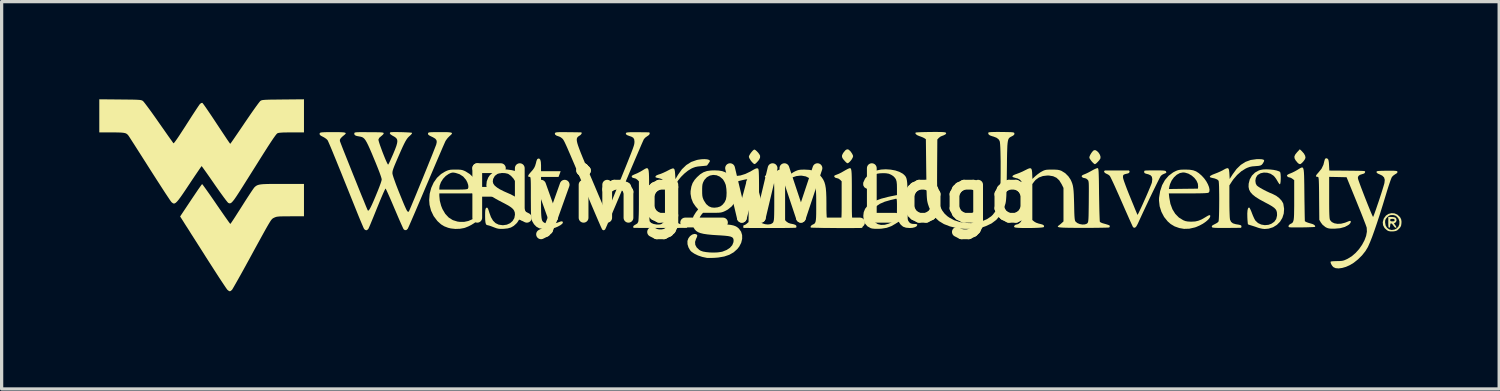
<source format=kicad_pcb>
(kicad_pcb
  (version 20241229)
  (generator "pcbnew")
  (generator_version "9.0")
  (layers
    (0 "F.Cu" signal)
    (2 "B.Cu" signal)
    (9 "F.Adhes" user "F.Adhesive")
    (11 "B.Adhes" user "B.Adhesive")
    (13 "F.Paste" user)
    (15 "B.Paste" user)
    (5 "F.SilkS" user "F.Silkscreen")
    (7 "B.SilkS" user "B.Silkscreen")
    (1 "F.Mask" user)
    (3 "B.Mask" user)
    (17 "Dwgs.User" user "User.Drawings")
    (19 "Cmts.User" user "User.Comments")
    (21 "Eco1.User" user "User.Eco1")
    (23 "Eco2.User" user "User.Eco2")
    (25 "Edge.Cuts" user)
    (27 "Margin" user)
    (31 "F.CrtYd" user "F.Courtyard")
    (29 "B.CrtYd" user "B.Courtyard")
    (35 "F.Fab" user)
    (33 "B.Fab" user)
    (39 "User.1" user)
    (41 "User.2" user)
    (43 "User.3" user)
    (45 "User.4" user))
  (footprint "Flying_WV_Logo"
    (layer "F.Cu")
    (at 19.992 2.95)
    (property "Reference" "Flying_WV_Logo" (at 0 0 0) (layer "F.SilkS") (effects (font (size 1.524 1.524) (thickness 0.3))))
    (attr board_only exclude_from_pos_files exclude_from_bom)
    (fp_poly (pts (xy 16.946 -1.357) (xy 17.011 -1.284) (xy 17.049 -1.213) (xy 17.058 -1.153) (xy 17.056 -1.145) (xy 17.035 -1.098) (xy 16.997 -1.046) (xy 16.953 -0.998) (xy 16.912 -0.965) (xy 16.89 -0.957) (xy 16.853 -0.97) (xy 16.816 -1.001) (xy 16.753 -1.078) (xy 16.721 -1.142) (xy 16.719 -1.199) (xy 16.747 -1.258) (xy 16.798 -1.321) (xy 16.884 -1.415)) (stroke (width 0) (type solid)) (fill yes) (layer "F.SilkS"))
    (fp_poly (pts (xy 3.024 -1.405) (xy 3.076 -1.359) (xy 3.098 -1.331) (xy 3.135 -1.275) (xy 3.158 -1.225) (xy 3.163 -1.203) (xy 3.149 -1.155) (xy 3.114 -1.095) (xy 3.067 -1.038) (xy 3.026 -1.001) (xy 3.001 -0.987) (xy 2.978 -0.989) (xy 2.947 -1.013) (xy 2.908 -1.053) (xy 2.85 -1.121) (xy 2.822 -1.177) (xy 2.823 -1.231) (xy 2.853 -1.292) (xy 2.874 -1.322) (xy 2.929 -1.387) (xy 2.977 -1.414)) (stroke (width 0) (type solid)) (fill yes) (layer "F.SilkS"))
    (fp_poly (pts (xy 0.163 -1.391) (xy 0.207 -1.353) (xy 0.252 -1.304) (xy 0.288 -1.252) (xy 0.306 -1.214) (xy 0.304 -1.153) (xy 0.267 -1.083) (xy 0.21 -1.016) (xy 0.168 -0.976) (xy 0.141 -0.96) (xy 0.117 -0.967) (xy 0.097 -0.982) (xy 0.054 -1.024) (xy 0.011 -1.08) (xy -0.022 -1.136) (xy -0.039 -1.18) (xy -0.039 -1.185) (xy -0.027 -1.224) (xy 0.003 -1.276) (xy 0.043 -1.33) (xy 0.084 -1.376) (xy 0.119 -1.403) (xy 0.13 -1.406)) (stroke (width 0) (type solid)) (fill yes) (layer "F.SilkS"))
    (fp_poly (pts (xy 10.651 -1.363) (xy 10.698 -1.318) (xy 10.736 -1.261) (xy 10.76 -1.2) (xy 10.762 -1.146) (xy 10.756 -1.128) (xy 10.726 -1.081) (xy 10.683 -1.032) (xy 10.639 -0.988) (xy 10.602 -0.961) (xy 10.589 -0.957) (xy 10.564 -0.97) (xy 10.525 -1.006) (xy 10.497 -1.036) (xy 10.457 -1.088) (xy 10.428 -1.134) (xy 10.42 -1.152) (xy 10.425 -1.192) (xy 10.449 -1.247) (xy 10.485 -1.306) (xy 10.526 -1.357) (xy 10.559 -1.385) (xy 10.603 -1.388)) (stroke (width 0) (type solid)) (fill yes) (layer "F.SilkS"))
    (fp_poly (pts (xy 19.754 0.668) (xy 19.806 0.679) (xy 19.818 0.684) (xy 19.848 0.719) (xy 19.856 0.769) (xy 19.84 0.817) (xy 19.816 0.84) (xy 19.776 0.861) (xy 19.816 0.917) (xy 19.846 0.964) (xy 19.853 0.987) (xy 19.836 0.995) (xy 19.828 0.996) (xy 19.801 0.98) (xy 19.768 0.942) (xy 19.758 0.927) (xy 19.725 0.884) (xy 19.695 0.861) (xy 19.688 0.859) (xy 19.667 0.876) (xy 19.66 0.927) (xy 19.654 0.978) (xy 19.633 0.996) (xy 19.631 0.996) (xy 19.616 0.989) (xy 19.607 0.963) (xy 19.603 0.912) (xy 19.602 0.83) (xy 19.602 0.761) (xy 19.66 0.761) (xy 19.668 0.788) (xy 19.698 0.799) (xy 19.728 0.8) (xy 19.776 0.796) (xy 19.795 0.779) (xy 19.797 0.761) (xy 19.789 0.735) (xy 19.759 0.724) (xy 19.728 0.722) (xy 19.681 0.727) (xy 19.662 0.744) (xy 19.66 0.761) (xy 19.602 0.761) (xy 19.602 0.664) (xy 19.691 0.664)) (stroke (width 0) (type solid)) (fill yes) (layer "F.SilkS"))
    (fp_poly (pts (xy 19.794 0.555) (xy 19.881 0.593) (xy 19.955 0.662) (xy 19.974 0.688) (xy 19.999 0.743) (xy 20.008 0.806) (xy 20.006 0.856) (xy 19.997 0.925) (xy 19.975 0.975) (xy 19.933 1.025) (xy 19.928 1.03) (xy 19.881 1.072) (xy 19.837 1.094) (xy 19.779 1.105) (xy 19.744 1.108) (xy 19.666 1.108) (xy 19.61 1.097) (xy 19.568 1.076) (xy 19.488 1.005) (xy 19.442 0.919) (xy 19.433 0.83) (xy 19.504 0.83) (xy 19.52 0.925) (xy 19.563 0.998) (xy 19.628 1.046) (xy 19.707 1.065) (xy 19.793 1.052) (xy 19.851 1.023) (xy 19.911 0.963) (xy 19.942 0.886) (xy 19.944 0.802) (xy 19.917 0.72) (xy 19.871 0.66) (xy 19.819 0.622) (xy 19.761 0.607) (xy 19.724 0.605) (xy 19.662 0.61) (xy 19.616 0.632) (xy 19.57 0.672) (xy 19.528 0.721) (xy 19.508 0.767) (xy 19.504 0.83) (xy 19.433 0.83) (xy 19.433 0.823) (xy 19.46 0.722) (xy 19.469 0.704) (xy 19.531 0.622) (xy 19.611 0.57) (xy 19.701 0.548)) (stroke (width 0) (type solid)) (fill yes) (layer "F.SilkS"))
    (fp_poly (pts (xy 16.978 -0.846) (xy 16.993 -0.819) (xy 17.004 -0.771) (xy 17.011 -0.7) (xy 17.016 -0.603) (xy 17.019 -0.477) (xy 17.022 -0.32) (xy 17.024 -0.127) (xy 17.025 -0.029) (xy 17.027 0.146) (xy 17.03 0.308) (xy 17.032 0.454) (xy 17.034 0.579) (xy 17.036 0.679) (xy 17.038 0.751) (xy 17.039 0.789) (xy 17.04 0.795) (xy 17.077 0.818) (xy 17.14 0.842) (xy 17.213 0.864) (xy 17.227 0.867) (xy 17.292 0.888) (xy 17.337 0.917) (xy 17.358 0.947) (xy 17.351 0.969) (xy 17.329 0.972) (xy 17.275 0.976) (xy 17.196 0.979) (xy 17.1 0.982) (xy 16.994 0.984) (xy 16.886 0.985) (xy 16.782 0.985) (xy 16.689 0.985) (xy 16.616 0.984) (xy 16.569 0.981) (xy 16.556 0.979) (xy 16.535 0.958) (xy 16.543 0.926) (xy 16.573 0.893) (xy 16.6 0.877) (xy 16.629 0.863) (xy 16.653 0.846) (xy 16.672 0.823) (xy 16.686 0.789) (xy 16.697 0.741) (xy 16.704 0.674) (xy 16.708 0.584) (xy 16.71 0.468) (xy 16.712 0.32) (xy 16.712 0.143) (xy 16.712 -0.466) (xy 16.661 -0.506) (xy 16.617 -0.534) (xy 16.582 -0.547) (xy 16.581 -0.547) (xy 16.535 -0.557) (xy 16.5 -0.581) (xy 16.489 -0.61) (xy 16.49 -0.614) (xy 16.513 -0.636) (xy 16.561 -0.661) (xy 16.591 -0.672) (xy 16.653 -0.698) (xy 16.732 -0.737) (xy 16.81 -0.781) (xy 16.813 -0.783) (xy 16.861 -0.813) (xy 16.901 -0.837) (xy 16.933 -0.852) (xy 16.959 -0.857)) (stroke (width 0) (type solid)) (fill yes) (layer "F.SilkS"))
    (fp_poly (pts (xy -6.472 -1.125) (xy -6.445 -1.091) (xy -6.429 -1.025) (xy -6.423 -0.925) (xy -6.423 -0.904) (xy -6.423 -0.742) (xy -5.82 -0.742) (xy -5.852 -0.654) (xy -5.885 -0.566) (xy -6.423 -0.566) (xy -6.423 0.069) (xy -6.423 0.256) (xy -6.422 0.408) (xy -6.42 0.529) (xy -6.415 0.623) (xy -6.408 0.693) (xy -6.398 0.746) (xy -6.384 0.783) (xy -6.365 0.809) (xy -6.342 0.829) (xy -6.313 0.846) (xy -6.307 0.849) (xy -6.23 0.872) (xy -6.131 0.878) (xy -6.024 0.867) (xy -5.922 0.841) (xy -5.896 0.831) (xy -5.824 0.804) (xy -5.78 0.798) (xy -5.765 0.804) (xy -5.75 0.836) (xy -5.772 0.874) (xy -5.829 0.918) (xy -5.91 0.962) (xy -5.979 0.991) (xy -6.041 1.01) (xy -6.11 1.021) (xy -6.199 1.026) (xy -6.226 1.027) (xy -6.321 1.028) (xy -6.405 1.023) (xy -6.467 1.014) (xy -6.48 1.011) (xy -6.565 0.964) (xy -6.639 0.888) (xy -6.694 0.795) (xy -6.704 0.769) (xy -6.713 0.737) (xy -6.72 0.697) (xy -6.726 0.645) (xy -6.73 0.576) (xy -6.733 0.485) (xy -6.734 0.369) (xy -6.735 0.222) (xy -6.736 0.055) (xy -6.736 -0.117) (xy -6.736 -0.254) (xy -6.737 -0.36) (xy -6.739 -0.439) (xy -6.742 -0.494) (xy -6.746 -0.531) (xy -6.751 -0.552) (xy -6.759 -0.563) (xy -6.768 -0.566) (xy -6.773 -0.566) (xy -6.811 -0.573) (xy -6.82 -0.596) (xy -6.799 -0.638) (xy -6.749 -0.7) (xy -6.728 -0.723) (xy -6.673 -0.787) (xy -6.634 -0.843) (xy -6.605 -0.904) (xy -6.581 -0.983) (xy -6.564 -1.054) (xy -6.541 -1.109) (xy -6.511 -1.13)) (stroke (width 0) (type solid)) (fill yes) (layer "F.SilkS"))
    (fp_poly (pts (xy 13.505 -0.786) (xy 13.608 -0.769) (xy 13.697 -0.736) (xy 13.781 -0.682) (xy 13.871 -0.604) (xy 13.872 -0.603) (xy 13.946 -0.522) (xy 14.01 -0.433) (xy 14.06 -0.342) (xy 14.095 -0.255) (xy 14.111 -0.178) (xy 14.107 -0.118) (xy 14.08 -0.08) (xy 14.078 -0.079) (xy 14.046 -0.073) (xy 13.978 -0.067) (xy 13.876 -0.063) (xy 13.742 -0.061) (xy 13.579 -0.059) (xy 13.451 -0.059) (xy 12.861 -0.059) (xy 12.875 0.073) (xy 12.91 0.262) (xy 12.972 0.428) (xy 13.059 0.569) (xy 13.17 0.682) (xy 13.303 0.764) (xy 13.305 0.765) (xy 13.372 0.791) (xy 13.443 0.804) (xy 13.532 0.809) (xy 13.559 0.809) (xy 13.669 0.803) (xy 13.766 0.781) (xy 13.864 0.742) (xy 13.974 0.679) (xy 14 0.663) (xy 14.067 0.623) (xy 14.109 0.608) (xy 14.13 0.616) (xy 14.135 0.639) (xy 14.117 0.689) (xy 14.069 0.748) (xy 13.997 0.81) (xy 13.908 0.872) (xy 13.806 0.927) (xy 13.7 0.973) (xy 13.662 0.986) (xy 13.49 1.025) (xy 13.328 1.03) (xy 13.183 1.005) (xy 13.039 0.954) (xy 12.918 0.882) (xy 12.826 0.801) (xy 12.716 0.665) (xy 12.633 0.507) (xy 12.579 0.336) (xy 12.559 0.16) (xy 12.561 0.076) (xy 12.594 -0.129) (xy 12.616 -0.194) (xy 12.864 -0.194) (xy 13.309 -0.2) (xy 13.754 -0.205) (xy 13.761 -0.262) (xy 13.753 -0.355) (xy 13.713 -0.448) (xy 13.647 -0.535) (xy 13.561 -0.609) (xy 13.462 -0.666) (xy 13.356 -0.698) (xy 13.296 -0.703) (xy 13.199 -0.684) (xy 13.105 -0.633) (xy 13.02 -0.555) (xy 12.948 -0.456) (xy 12.897 -0.343) (xy 12.877 -0.268) (xy 12.864 -0.194) (xy 12.616 -0.194) (xy 12.654 -0.311) (xy 12.742 -0.47) (xy 12.855 -0.601) (xy 12.992 -0.704) (xy 13.057 -0.738) (xy 13.113 -0.763) (xy 13.165 -0.778) (xy 13.223 -0.787) (xy 13.299 -0.79) (xy 13.374 -0.791)) (stroke (width 0) (type solid)) (fill yes) (layer "F.SilkS"))
    (fp_poly (pts (xy 15.708 -1.109) (xy 15.763 -1.098) (xy 15.788 -1.078) (xy 15.785 -1.047) (xy 15.778 -1.031) (xy 15.745 -0.974) (xy 15.714 -0.938) (xy 15.676 -0.917) (xy 15.621 -0.905) (xy 15.537 -0.898) (xy 15.523 -0.897) (xy 15.424 -0.889) (xy 15.348 -0.874) (xy 15.276 -0.848) (xy 15.224 -0.824) (xy 15.09 -0.741) (xy 14.96 -0.627) (xy 14.844 -0.492) (xy 14.801 -0.43) (xy 14.721 -0.306) (xy 14.721 0.184) (xy 14.722 0.331) (xy 14.724 0.465) (xy 14.728 0.579) (xy 14.732 0.67) (xy 14.738 0.729) (xy 14.741 0.747) (xy 14.773 0.815) (xy 14.829 0.86) (xy 14.914 0.886) (xy 14.926 0.888) (xy 15.006 0.901) (xy 15.055 0.913) (xy 15.081 0.925) (xy 15.09 0.942) (xy 15.092 0.957) (xy 15.085 0.989) (xy 15.077 0.996) (xy 15.054 0.997) (xy 14.998 0.998) (xy 14.914 0.999) (xy 14.809 1) (xy 14.689 1.001) (xy 14.636 1.001) (xy 14.483 1.002) (xy 14.366 1.001) (xy 14.282 0.998) (xy 14.226 0.993) (xy 14.196 0.986) (xy 14.19 0.982) (xy 14.179 0.954) (xy 14.196 0.927) (xy 14.247 0.897) (xy 14.281 0.881) (xy 14.336 0.85) (xy 14.378 0.816) (xy 14.387 0.804) (xy 14.393 0.773) (xy 14.398 0.71) (xy 14.402 0.62) (xy 14.405 0.509) (xy 14.407 0.382) (xy 14.408 0.247) (xy 14.409 0.109) (xy 14.408 -0.026) (xy 14.406 -0.153) (xy 14.404 -0.264) (xy 14.4 -0.354) (xy 14.395 -0.417) (xy 14.39 -0.448) (xy 14.39 -0.448) (xy 14.348 -0.487) (xy 14.271 -0.518) (xy 14.187 -0.537) (xy 14.134 -0.552) (xy 14.118 -0.574) (xy 14.14 -0.601) (xy 14.199 -0.633) (xy 14.272 -0.662) (xy 14.362 -0.697) (xy 14.456 -0.739) (xy 14.53 -0.778) (xy 14.607 -0.819) (xy 14.659 -0.836) (xy 14.691 -0.824) (xy 14.709 -0.782) (xy 14.718 -0.705) (xy 14.721 -0.666) (xy 14.73 -0.502) (xy 14.822 -0.647) (xy 14.942 -0.81) (xy 15.073 -0.937) (xy 15.217 -1.028) (xy 15.376 -1.086) (xy 15.554 -1.111) (xy 15.618 -1.113)) (stroke (width 0) (type solid)) (fill yes) (layer "F.SilkS"))
    (fp_poly (pts (xy -8.955 -0.79) (xy -8.888 -0.785) (xy -8.834 -0.774) (xy -8.783 -0.755) (xy -8.737 -0.733) (xy -8.613 -0.654) (xy -8.5 -0.549) (xy -8.406 -0.427) (xy -8.338 -0.295) (xy -8.307 -0.189) (xy -8.3 -0.154) (xy -8.298 -0.126) (xy -8.305 -0.104) (xy -8.323 -0.087) (xy -8.357 -0.075) (xy -8.411 -0.067) (xy -8.487 -0.062) (xy -8.59 -0.06) (xy -8.724 -0.059) (xy -8.893 -0.059) (xy -8.944 -0.059) (xy -9.547 -0.059) (xy -9.547 0.017) (xy -9.533 0.165) (xy -9.492 0.32) (xy -9.451 0.422) (xy -9.365 0.569) (xy -9.259 0.682) (xy -9.134 0.761) (xy -8.99 0.806) (xy -8.91 0.816) (xy -8.778 0.814) (xy -8.656 0.788) (xy -8.533 0.735) (xy -8.44 0.68) (xy -8.379 0.644) (xy -8.329 0.62) (xy -8.3 0.614) (xy -8.298 0.614) (xy -8.281 0.643) (xy -8.294 0.685) (xy -8.333 0.736) (xy -8.394 0.792) (xy -8.47 0.849) (xy -8.558 0.905) (xy -8.653 0.954) (xy -8.75 0.993) (xy -8.784 1.004) (xy -8.912 1.027) (xy -9.054 1.032) (xy -9.194 1.017) (xy -9.277 0.997) (xy -9.394 0.952) (xy -9.492 0.893) (xy -9.584 0.811) (xy -9.611 0.784) (xy -9.722 0.637) (xy -9.802 0.47) (xy -9.848 0.291) (xy -9.859 0.148) (xy -9.843 -0.048) (xy -9.81 -0.176) (xy -9.547 -0.176) (xy -9.12 -0.176) (xy -8.975 -0.176) (xy -8.865 -0.178) (xy -8.785 -0.18) (xy -8.729 -0.185) (xy -8.694 -0.191) (xy -8.674 -0.2) (xy -8.669 -0.204) (xy -8.654 -0.25) (xy -8.66 -0.317) (xy -8.686 -0.396) (xy -8.727 -0.476) (xy -8.814 -0.577) (xy -8.926 -0.649) (xy -9.043 -0.687) (xy -9.107 -0.699) (xy -9.154 -0.698) (xy -9.201 -0.684) (xy -9.258 -0.658) (xy -9.35 -0.595) (xy -9.432 -0.508) (xy -9.497 -0.406) (xy -9.537 -0.3) (xy -9.547 -0.222) (xy -9.547 -0.176) (xy -9.81 -0.176) (xy -9.795 -0.231) (xy -9.72 -0.395) (xy -9.619 -0.538) (xy -9.494 -0.654) (xy -9.375 -0.727) (xy -9.312 -0.757) (xy -9.259 -0.775) (xy -9.205 -0.786) (xy -9.137 -0.79) (xy -9.05 -0.791)) (stroke (width 0) (type solid)) (fill yes) (layer "F.SilkS"))
    (fp_poly (pts (xy -7.321 -0.773) (xy -7.227 -0.75) (xy -7.165 -0.722) (xy -7.128 -0.682) (xy -7.112 -0.621) (xy -7.11 -0.531) (xy -7.111 -0.501) (xy -7.117 -0.41) (xy -7.129 -0.356) (xy -7.148 -0.34) (xy -7.173 -0.36) (xy -7.207 -0.416) (xy -7.211 -0.423) (xy -7.273 -0.519) (xy -7.348 -0.6) (xy -7.427 -0.655) (xy -7.448 -0.664) (xy -7.529 -0.682) (xy -7.622 -0.686) (xy -7.71 -0.675) (xy -7.766 -0.656) (xy -7.842 -0.597) (xy -7.89 -0.512) (xy -7.898 -0.483) (xy -7.905 -0.42) (xy -7.89 -0.361) (xy -7.851 -0.304) (xy -7.786 -0.247) (xy -7.692 -0.187) (xy -7.565 -0.123) (xy -7.404 -0.052) (xy -7.376 -0.04) (xy -7.24 0.029) (xy -7.139 0.109) (xy -7.07 0.204) (xy -7.036 0.289) (xy -7.014 0.431) (xy -7.028 0.575) (xy -7.075 0.713) (xy -7.154 0.835) (xy -7.181 0.866) (xy -7.263 0.94) (xy -7.348 0.988) (xy -7.447 1.016) (xy -7.571 1.029) (xy -7.575 1.029) (xy -7.663 1.031) (xy -7.729 1.026) (xy -7.79 1.012) (xy -7.861 0.986) (xy -7.884 0.977) (xy -7.957 0.949) (xy -8.019 0.928) (xy -8.06 0.918) (xy -8.064 0.918) (xy -8.095 0.909) (xy -8.117 0.881) (xy -8.131 0.828) (xy -8.139 0.746) (xy -8.141 0.629) (xy -8.141 0.628) (xy -8.14 0.529) (xy -8.136 0.461) (xy -8.128 0.419) (xy -8.116 0.395) (xy -8.111 0.389) (xy -8.087 0.376) (xy -8.068 0.385) (xy -8.048 0.419) (xy -8.026 0.484) (xy -8.013 0.527) (xy -7.961 0.67) (xy -7.897 0.779) (xy -7.82 0.854) (xy -7.726 0.9) (xy -7.612 0.917) (xy -7.588 0.918) (xy -7.473 0.901) (xy -7.373 0.856) (xy -7.295 0.786) (xy -7.243 0.698) (xy -7.224 0.595) (xy -7.224 0.59) (xy -7.229 0.527) (xy -7.248 0.472) (xy -7.284 0.421) (xy -7.342 0.37) (xy -7.425 0.315) (xy -7.539 0.253) (xy -7.628 0.207) (xy -7.726 0.156) (xy -7.818 0.105) (xy -7.895 0.059) (xy -7.948 0.023) (xy -7.958 0.015) (xy -8.037 -0.079) (xy -8.086 -0.19) (xy -8.103 -0.31) (xy -8.09 -0.432) (xy -8.044 -0.548) (xy -7.993 -0.622) (xy -7.899 -0.702) (xy -7.779 -0.758) (xy -7.638 -0.79) (xy -7.482 -0.795)) (stroke (width 0) (type solid)) (fill yes) (layer "F.SilkS"))
    (fp_poly (pts (xy 15.969 -0.794) (xy 16.077 -0.782) (xy 16.173 -0.762) (xy 16.247 -0.737) (xy 16.277 -0.719) (xy 16.288 -0.691) (xy 16.295 -0.637) (xy 16.299 -0.567) (xy 16.298 -0.492) (xy 16.294 -0.421) (xy 16.286 -0.367) (xy 16.275 -0.34) (xy 16.273 -0.338) (xy 16.254 -0.351) (xy 16.226 -0.39) (xy 16.197 -0.439) (xy 16.155 -0.509) (xy 16.106 -0.573) (xy 16.076 -0.604) (xy 15.985 -0.663) (xy 15.883 -0.694) (xy 15.778 -0.699) (xy 15.68 -0.678) (xy 15.598 -0.63) (xy 15.571 -0.603) (xy 15.533 -0.532) (xy 15.519 -0.447) (xy 15.531 -0.364) (xy 15.56 -0.307) (xy 15.597 -0.275) (xy 15.663 -0.232) (xy 15.75 -0.183) (xy 15.85 -0.131) (xy 15.956 -0.081) (xy 16.057 -0.038) (xy 16.159 0.014) (xy 16.251 0.084) (xy 16.325 0.164) (xy 16.372 0.244) (xy 16.378 0.264) (xy 16.402 0.415) (xy 16.391 0.56) (xy 16.348 0.693) (xy 16.277 0.81) (xy 16.181 0.907) (xy 16.063 0.98) (xy 15.927 1.023) (xy 15.806 1.034) (xy 15.728 1.026) (xy 15.642 1.007) (xy 15.599 0.994) (xy 15.518 0.965) (xy 15.434 0.938) (xy 15.396 0.926) (xy 15.34 0.909) (xy 15.301 0.895) (xy 15.292 0.89) (xy 15.287 0.868) (xy 15.282 0.815) (xy 15.276 0.741) (xy 15.273 0.68) (xy 15.271 0.556) (xy 15.278 0.462) (xy 15.293 0.401) (xy 15.317 0.375) (xy 15.331 0.376) (xy 15.348 0.397) (xy 15.373 0.446) (xy 15.402 0.514) (xy 15.414 0.548) (xy 15.447 0.631) (xy 15.482 0.708) (xy 15.513 0.765) (xy 15.521 0.776) (xy 15.598 0.85) (xy 15.697 0.897) (xy 15.808 0.916) (xy 15.921 0.906) (xy 16.01 0.874) (xy 16.102 0.81) (xy 16.159 0.728) (xy 16.184 0.626) (xy 16.185 0.595) (xy 16.182 0.531) (xy 16.169 0.476) (xy 16.142 0.429) (xy 16.097 0.383) (xy 16.029 0.335) (xy 15.934 0.279) (xy 15.808 0.213) (xy 15.807 0.212) (xy 15.648 0.126) (xy 15.524 0.048) (xy 15.431 -0.027) (xy 15.366 -0.101) (xy 15.327 -0.177) (xy 15.31 -0.26) (xy 15.313 -0.352) (xy 15.313 -0.356) (xy 15.347 -0.49) (xy 15.414 -0.606) (xy 15.508 -0.699) (xy 15.627 -0.765) (xy 15.674 -0.78) (xy 15.757 -0.795) (xy 15.859 -0.799)) (stroke (width 0) (type solid)) (fill yes) (layer "F.SilkS"))
    (fp_poly (pts (xy -13.705 0.644) (xy -14.119 0.644) (xy -14.258 0.645) (xy -14.365 0.646) (xy -14.444 0.648) (xy -14.502 0.653) (xy -14.545 0.659) (xy -14.579 0.669) (xy -14.61 0.682) (xy -14.617 0.685) (xy -14.636 0.694) (xy -14.653 0.703) (xy -14.669 0.714) (xy -14.686 0.73) (xy -14.706 0.752) (xy -14.73 0.785) (xy -14.758 0.83) (xy -14.794 0.889) (xy -14.838 0.965) (xy -14.892 1.06) (xy -14.957 1.177) (xy -15.035 1.319) (xy -15.128 1.488) (xy -15.236 1.685) (xy -15.361 1.915) (xy -15.365 1.923) (xy -15.463 2.101) (xy -15.555 2.269) (xy -15.641 2.424) (xy -15.719 2.563) (xy -15.787 2.683) (xy -15.843 2.781) (xy -15.884 2.852) (xy -15.91 2.895) (xy -15.917 2.904) (xy -15.954 2.936) (xy -15.982 2.948) (xy -16.013 2.936) (xy -16.053 2.906) (xy -16.055 2.904) (xy -16.074 2.88) (xy -16.112 2.826) (xy -16.166 2.745) (xy -16.236 2.64) (xy -16.319 2.514) (xy -16.412 2.37) (xy -16.515 2.21) (xy -16.625 2.039) (xy -16.74 1.859) (xy -16.742 1.855) (xy -16.858 1.672) (xy -16.969 1.498) (xy -17.074 1.333) (xy -17.17 1.183) (xy -17.254 1.049) (xy -17.327 0.936) (xy -17.384 0.846) (xy -17.424 0.782) (xy -17.445 0.749) (xy -17.509 0.649) (xy -17.179 0.154) (xy -17.096 0.03) (xy -17.02 -0.082) (xy -16.954 -0.18) (xy -16.899 -0.258) (xy -16.859 -0.314) (xy -16.837 -0.342) (xy -16.834 -0.345) (xy -16.82 -0.331) (xy -16.787 -0.287) (xy -16.737 -0.218) (xy -16.672 -0.127) (xy -16.595 -0.018) (xy -16.509 0.106) (xy -16.416 0.241) (xy -16.4 0.265) (xy -16.306 0.402) (xy -16.218 0.528) (xy -16.14 0.641) (xy -16.073 0.735) (xy -16.021 0.809) (xy -15.985 0.857) (xy -15.968 0.878) (xy -15.967 0.878) (xy -15.954 0.863) (xy -15.922 0.817) (xy -15.875 0.747) (xy -15.815 0.655) (xy -15.745 0.545) (xy -15.666 0.422) (xy -15.612 0.337) (xy -15.528 0.204) (xy -15.448 0.08) (xy -15.376 -0.03) (xy -15.315 -0.122) (xy -15.267 -0.192) (xy -15.235 -0.236) (xy -15.224 -0.248) (xy -15.195 -0.275) (xy -15.165 -0.296) (xy -15.13 -0.313) (xy -15.087 -0.326) (xy -15.031 -0.336) (xy -14.958 -0.343) (xy -14.863 -0.347) (xy -14.742 -0.35) (xy -14.592 -0.351) (xy -14.408 -0.351) (xy -14.37 -0.351) (xy -13.705 -0.351)) (stroke (width 0) (type solid)) (fill yes) (layer "F.SilkS"))
    (fp_poly (pts (xy 12.581 -0.766) (xy 12.666 -0.763) (xy 12.722 -0.758) (xy 12.755 -0.751) (xy 12.77 -0.74) (xy 12.785 -0.708) (xy 12.775 -0.687) (xy 12.733 -0.668) (xy 12.722 -0.665) (xy 12.664 -0.637) (xy 12.617 -0.6) (xy 12.617 -0.6) (xy 12.601 -0.574) (xy 12.571 -0.518) (xy 12.529 -0.434) (xy 12.476 -0.328) (xy 12.415 -0.204) (xy 12.348 -0.066) (xy 12.277 0.081) (xy 12.205 0.234) (xy 12.132 0.388) (xy 12.061 0.539) (xy 11.995 0.682) (xy 11.935 0.813) (xy 11.907 0.874) (xy 11.864 0.953) (xy 11.824 0.993) (xy 11.786 0.995) (xy 11.759 0.971) (xy 11.747 0.949) (xy 11.722 0.894) (xy 11.684 0.811) (xy 11.636 0.704) (xy 11.58 0.577) (xy 11.516 0.433) (xy 11.448 0.277) (xy 11.412 0.195) (xy 11.341 0.033) (xy 11.273 -0.119) (xy 11.211 -0.258) (xy 11.156 -0.378) (xy 11.109 -0.477) (xy 11.074 -0.549) (xy 11.051 -0.591) (xy 11.045 -0.6) (xy 10.998 -0.637) (xy 10.94 -0.665) (xy 10.94 -0.665) (xy 10.899 -0.688) (xy 10.875 -0.719) (xy 10.874 -0.747) (xy 10.899 -0.762) (xy 10.904 -0.763) (xy 10.932 -0.763) (xy 10.993 -0.763) (xy 11.078 -0.764) (xy 11.182 -0.764) (xy 11.275 -0.764) (xy 11.387 -0.764) (xy 11.486 -0.764) (xy 11.565 -0.763) (xy 11.618 -0.763) (xy 11.636 -0.763) (xy 11.652 -0.745) (xy 11.655 -0.723) (xy 11.639 -0.688) (xy 11.602 -0.672) (xy 11.526 -0.654) (xy 11.481 -0.638) (xy 11.459 -0.616) (xy 11.453 -0.584) (xy 11.453 -0.554) (xy 11.461 -0.511) (xy 11.485 -0.434) (xy 11.524 -0.326) (xy 11.575 -0.19) (xy 11.639 -0.028) (xy 11.675 0.059) (xy 11.73 0.194) (xy 11.781 0.317) (xy 11.824 0.424) (xy 11.86 0.509) (xy 11.884 0.568) (xy 11.897 0.598) (xy 11.898 0.6) (xy 11.908 0.587) (xy 11.932 0.543) (xy 11.965 0.474) (xy 12.007 0.385) (xy 12.054 0.282) (xy 12.104 0.17) (xy 12.156 0.055) (xy 12.205 -0.058) (xy 12.25 -0.164) (xy 12.289 -0.258) (xy 12.319 -0.332) (xy 12.338 -0.384) (xy 12.342 -0.4) (xy 12.353 -0.498) (xy 12.34 -0.57) (xy 12.299 -0.617) (xy 12.234 -0.645) (xy 12.166 -0.663) (xy 12.127 -0.677) (xy 12.109 -0.692) (xy 12.105 -0.712) (xy 12.105 -0.722) (xy 12.104 -0.737) (xy 12.107 -0.748) (xy 12.118 -0.756) (xy 12.143 -0.761) (xy 12.187 -0.764) (xy 12.254 -0.765) (xy 12.351 -0.766) (xy 12.463 -0.766)) (stroke (width 0) (type solid)) (fill yes) (layer "F.SilkS"))
    (fp_poly (pts (xy 4.316 -0.79) (xy 4.458 -0.764) (xy 4.584 -0.722) (xy 4.685 -0.667) (xy 4.703 -0.653) (xy 4.738 -0.622) (xy 4.766 -0.591) (xy 4.788 -0.555) (xy 4.804 -0.511) (xy 4.816 -0.453) (xy 4.825 -0.376) (xy 4.83 -0.277) (xy 4.833 -0.15) (xy 4.835 0.009) (xy 4.835 0.107) (xy 4.836 0.255) (xy 4.837 0.392) (xy 4.838 0.513) (xy 4.839 0.612) (xy 4.839 0.685) (xy 4.84 0.725) (xy 4.84 0.728) (xy 4.855 0.78) (xy 4.889 0.83) (xy 4.89 0.831) (xy 4.931 0.862) (xy 4.981 0.876) (xy 5.036 0.879) (xy 5.098 0.882) (xy 5.128 0.893) (xy 5.135 0.907) (xy 5.116 0.947) (xy 5.065 0.978) (xy 4.987 0.998) (xy 4.903 1.004) (xy 4.787 0.994) (xy 4.698 0.963) (xy 4.63 0.906) (xy 4.604 0.872) (xy 4.562 0.807) (xy 4.468 0.871) (xy 4.333 0.948) (xy 4.195 0.998) (xy 4.041 1.023) (xy 3.963 1.028) (xy 3.84 1.029) (xy 3.749 1.02) (xy 3.703 1.008) (xy 3.603 0.952) (xy 3.532 0.87) (xy 3.489 0.762) (xy 3.476 0.636) (xy 3.476 0.63) (xy 3.749 0.63) (xy 3.782 0.746) (xy 3.786 0.755) (xy 3.842 0.833) (xy 3.921 0.885) (xy 4.02 0.909) (xy 4.133 0.905) (xy 4.255 0.871) (xy 4.315 0.844) (xy 4.392 0.797) (xy 4.451 0.744) (xy 4.466 0.724) (xy 4.483 0.695) (xy 4.495 0.664) (xy 4.503 0.624) (xy 4.508 0.567) (xy 4.509 0.486) (xy 4.51 0.377) (xy 4.51 0.266) (xy 4.508 0.19) (xy 4.505 0.141) (xy 4.499 0.114) (xy 4.49 0.104) (xy 4.476 0.105) (xy 4.476 0.105) (xy 4.44 0.115) (xy 4.379 0.129) (xy 4.314 0.144) (xy 4.133 0.196) (xy 3.986 0.26) (xy 3.873 0.337) (xy 3.796 0.424) (xy 3.754 0.522) (xy 3.749 0.63) (xy 3.476 0.63) (xy 3.489 0.518) (xy 3.532 0.413) (xy 3.606 0.321) (xy 3.712 0.239) (xy 3.851 0.167) (xy 4.025 0.103) (xy 4.236 0.048) (xy 4.329 0.028) (xy 4.51 -0.008) (xy 4.51 -0.22) (xy 4.508 -0.335) (xy 4.499 -0.42) (xy 4.481 -0.484) (xy 4.451 -0.534) (xy 4.407 -0.58) (xy 4.393 -0.593) (xy 4.333 -0.631) (xy 4.263 -0.662) (xy 4.25 -0.665) (xy 4.173 -0.678) (xy 4.08 -0.681) (xy 3.984 -0.676) (xy 3.898 -0.663) (xy 3.834 -0.643) (xy 3.822 -0.636) (xy 3.77 -0.579) (xy 3.742 -0.497) (xy 3.74 -0.397) (xy 3.748 -0.346) (xy 3.757 -0.268) (xy 3.743 -0.219) (xy 3.702 -0.195) (xy 3.651 -0.191) (xy 3.568 -0.208) (xy 3.507 -0.249) (xy 3.474 -0.309) (xy 3.473 -0.381) (xy 3.475 -0.391) (xy 3.53 -0.512) (xy 3.618 -0.615) (xy 3.736 -0.7) (xy 3.882 -0.762) (xy 3.891 -0.765) (xy 4.023 -0.792) (xy 4.168 -0.8)) (stroke (width 0) (type solid)) (fill yes) (layer "F.SilkS"))
    (fp_poly (pts (xy -1.321 -1.106) (xy -1.266 -1.09) (xy -1.26 -1.086) (xy -1.238 -1.067) (xy -1.236 -1.047) (xy -1.256 -1.013) (xy -1.269 -0.994) (xy -1.3 -0.95) (xy -1.32 -0.922) (xy -1.323 -0.918) (xy -1.344 -0.912) (xy -1.396 -0.906) (xy -1.468 -0.899) (xy -1.505 -0.896) (xy -1.606 -0.886) (xy -1.685 -0.87) (xy -1.759 -0.843) (xy -1.807 -0.821) (xy -1.911 -0.757) (xy -2.02 -0.669) (xy -2.123 -0.567) (xy -2.209 -0.462) (xy -2.251 -0.395) (xy -2.306 -0.294) (xy -2.294 0.78) (xy -2.244 0.831) (xy -2.187 0.87) (xy -2.106 0.893) (xy -2.087 0.895) (xy -2.023 0.906) (xy -1.974 0.918) (xy -1.957 0.925) (xy -1.938 0.95) (xy -1.933 0.98) (xy -1.947 0.997) (xy -1.947 0.997) (xy -1.977 0.998) (xy -2.04 0.999) (xy -2.13 1) (xy -2.243 1.001) (xy -2.374 1.001) (xy -2.518 1.002) (xy -2.67 1.002) (xy -2.825 1.002) (xy -2.978 1.002) (xy -3.125 1.002) (xy -3.259 1.001) (xy -3.376 1.001) (xy -3.472 1) (xy -3.541 0.999) (xy -3.579 0.998) (xy -3.584 0.997) (xy -3.594 0.965) (xy -3.574 0.93) (xy -3.527 0.902) (xy -3.526 0.901) (xy -3.466 0.865) (xy -3.438 0.816) (xy -3.431 0.776) (xy -3.426 0.7) (xy -3.421 0.588) (xy -3.418 0.444) (xy -3.417 0.27) (xy -3.417 0.162) (xy -3.417 -0.431) (xy -3.465 -0.479) (xy -3.511 -0.512) (xy -3.558 -0.527) (xy -3.56 -0.527) (xy -3.606 -0.538) (xy -3.635 -0.563) (xy -3.637 -0.593) (xy -3.635 -0.597) (xy -3.61 -0.615) (xy -3.562 -0.639) (xy -3.532 -0.651) (xy -3.464 -0.68) (xy -3.384 -0.721) (xy -3.335 -0.749) (xy -3.279 -0.783) (xy -3.233 -0.811) (xy -3.196 -0.829) (xy -3.167 -0.835) (xy -3.145 -0.825) (xy -3.128 -0.798) (xy -3.117 -0.75) (xy -3.11 -0.678) (xy -3.106 -0.579) (xy -3.104 -0.451) (xy -3.104 -0.29) (xy -3.104 -0.094) (xy -3.104 -0.026) (xy -3.104 0.208) (xy -3.102 0.404) (xy -3.099 0.56) (xy -3.096 0.678) (xy -3.091 0.758) (xy -3.085 0.799) (xy -3.083 0.803) (xy -3.04 0.847) (xy -2.968 0.879) (xy -2.876 0.896) (xy -2.83 0.898) (xy -2.763 0.894) (xy -2.718 0.878) (xy -2.675 0.843) (xy -2.673 0.841) (xy -2.616 0.784) (xy -2.616 0.188) (xy -2.616 0.02) (xy -2.617 -0.114) (xy -2.618 -0.217) (xy -2.62 -0.294) (xy -2.623 -0.351) (xy -2.627 -0.39) (xy -2.634 -0.417) (xy -2.643 -0.436) (xy -2.654 -0.451) (xy -2.66 -0.458) (xy -2.725 -0.503) (xy -2.798 -0.525) (xy -2.855 -0.537) (xy -2.894 -0.549) (xy -2.903 -0.553) (xy -2.909 -0.58) (xy -2.882 -0.609) (xy -2.827 -0.634) (xy -2.798 -0.643) (xy -2.738 -0.663) (xy -2.658 -0.697) (xy -2.571 -0.738) (xy -2.539 -0.755) (xy -2.449 -0.801) (xy -2.387 -0.825) (xy -2.347 -0.824) (xy -2.323 -0.794) (xy -2.311 -0.735) (xy -2.304 -0.652) (xy -2.294 -0.498) (xy -2.213 -0.635) (xy -2.096 -0.8) (xy -1.961 -0.93) (xy -1.811 -1.025) (xy -1.643 -1.084) (xy -1.603 -1.093) (xy -1.499 -1.108) (xy -1.401 -1.112)) (stroke (width 0) (type solid)) (fill yes) (layer "F.SilkS"))
    (fp_poly (pts (xy 5.81 -1.946) (xy 5.894 -1.944) (xy 5.953 -1.94) (xy 5.99 -1.934) (xy 6.01 -1.926) (xy 6.013 -1.923) (xy 6.022 -1.898) (xy 5.999 -1.873) (xy 5.99 -1.867) (xy 5.934 -1.839) (xy 5.893 -1.825) (xy 5.843 -1.802) (xy 5.795 -1.764) (xy 5.75 -1.715) (xy 5.744 -0.901) (xy 5.743 -0.668) (xy 5.742 -0.469) (xy 5.744 -0.302) (xy 5.747 -0.162) (xy 5.752 -0.047) (xy 5.76 0.049) (xy 5.77 0.128) (xy 5.783 0.195) (xy 5.799 0.253) (xy 5.819 0.306) (xy 5.836 0.345) (xy 5.901 0.467) (xy 5.971 0.561) (xy 6.057 0.641) (xy 6.118 0.684) (xy 6.265 0.764) (xy 6.43 0.818) (xy 6.605 0.848) (xy 6.783 0.854) (xy 6.959 0.837) (xy 7.125 0.796) (xy 7.275 0.732) (xy 7.403 0.646) (xy 7.454 0.597) (xy 7.55 0.471) (xy 7.619 0.324) (xy 7.661 0.182) (xy 7.669 0.125) (xy 7.676 0.036) (xy 7.682 -0.078) (xy 7.687 -0.214) (xy 7.691 -0.367) (xy 7.694 -0.53) (xy 7.695 -0.7) (xy 7.695 -0.871) (xy 7.695 -1.037) (xy 7.692 -1.195) (xy 7.689 -1.339) (xy 7.685 -1.463) (xy 7.679 -1.563) (xy 7.672 -1.634) (xy 7.664 -1.669) (xy 7.628 -1.725) (xy 7.568 -1.769) (xy 7.478 -1.804) (xy 7.431 -1.817) (xy 7.362 -1.843) (xy 7.321 -1.877) (xy 7.313 -1.915) (xy 7.318 -1.928) (xy 7.338 -1.936) (xy 7.388 -1.942) (xy 7.47 -1.945) (xy 7.587 -1.947) (xy 7.722 -1.946) (xy 7.854 -1.944) (xy 7.953 -1.942) (xy 8.023 -1.94) (xy 8.069 -1.935) (xy 8.097 -1.929) (xy 8.111 -1.92) (xy 8.116 -1.908) (xy 8.118 -1.899) (xy 8.113 -1.867) (xy 8.082 -1.837) (xy 8.045 -1.816) (xy 8.012 -1.8) (xy 7.984 -1.784) (xy 7.961 -1.766) (xy 7.943 -1.743) (xy 7.928 -1.71) (xy 7.917 -1.664) (xy 7.908 -1.603) (xy 7.901 -1.522) (xy 7.897 -1.419) (xy 7.893 -1.289) (xy 7.89 -1.13) (xy 7.888 -0.938) (xy 7.886 -0.762) (xy 7.883 -0.544) (xy 7.88 -0.362) (xy 7.877 -0.211) (xy 7.873 -0.088) (xy 7.87 0.01) (xy 7.865 0.088) (xy 7.86 0.149) (xy 7.854 0.197) (xy 7.847 0.235) (xy 7.84 0.264) (xy 7.769 0.458) (xy 7.676 0.621) (xy 7.559 0.755) (xy 7.417 0.862) (xy 7.245 0.944) (xy 7.175 0.969) (xy 7.056 0.998) (xy 6.912 1.018) (xy 6.754 1.029) (xy 6.594 1.03) (xy 6.446 1.021) (xy 6.352 1.007) (xy 6.136 0.954) (xy 5.953 0.883) (xy 5.801 0.791) (xy 5.675 0.675) (xy 5.575 0.535) (xy 5.496 0.367) (xy 5.464 0.273) (xy 5.454 0.238) (xy 5.446 0.203) (xy 5.438 0.165) (xy 5.433 0.12) (xy 5.428 0.064) (xy 5.424 -0.006) (xy 5.421 -0.095) (xy 5.418 -0.206) (xy 5.415 -0.344) (xy 5.413 -0.511) (xy 5.41 -0.712) (xy 5.409 -0.798) (xy 5.398 -1.723) (xy 5.352 -1.755) (xy 5.305 -1.779) (xy 5.24 -1.805) (xy 5.207 -1.816) (xy 5.139 -1.844) (xy 5.093 -1.876) (xy 5.075 -1.907) (xy 5.083 -1.927) (xy 5.107 -1.932) (xy 5.163 -1.936) (xy 5.247 -1.94) (xy 5.353 -1.943) (xy 5.475 -1.945) (xy 5.545 -1.946) (xy 5.695 -1.947)) (stroke (width 0) (type solid)) (fill yes) (layer "F.SilkS"))
    (fp_poly (pts (xy -5.718 -1.941) (xy -5.59 -1.94) (xy -5.471 -1.939) (xy -5.365 -1.937) (xy -5.279 -1.936) (xy -5.218 -1.935) (xy -5.19 -1.934) (xy -5.188 -1.934) (xy -5.172 -1.92) (xy -5.18 -1.89) (xy -5.207 -1.857) (xy -5.227 -1.842) (xy -5.261 -1.821) (xy -5.288 -1.8) (xy -5.308 -1.778) (xy -5.321 -1.749) (xy -5.326 -1.713) (xy -5.322 -1.666) (xy -5.309 -1.605) (xy -5.285 -1.527) (xy -5.25 -1.43) (xy -5.204 -1.309) (xy -5.145 -1.164) (xy -5.072 -0.99) (xy -4.986 -0.785) (xy -4.92 -0.628) (xy -4.822 -0.398) (xy -4.739 -0.202) (xy -4.669 -0.036) (xy -4.61 0.102) (xy -4.562 0.214) (xy -4.523 0.304) (xy -4.492 0.373) (xy -4.469 0.424) (xy -4.451 0.461) (xy -4.438 0.485) (xy -4.429 0.499) (xy -4.422 0.505) (xy -4.416 0.507) (xy -4.413 0.508) (xy -4.407 0.507) (xy -4.4 0.504) (xy -4.392 0.494) (xy -4.381 0.477) (xy -4.367 0.447) (xy -4.347 0.403) (xy -4.32 0.342) (xy -4.286 0.261) (xy -4.243 0.158) (xy -4.19 0.028) (xy -4.126 -0.13) (xy -4.048 -0.32) (xy -3.991 -0.461) (xy -3.9 -0.686) (xy -3.822 -0.877) (xy -3.757 -1.039) (xy -3.704 -1.173) (xy -3.66 -1.283) (xy -3.626 -1.372) (xy -3.6 -1.442) (xy -3.581 -1.498) (xy -3.568 -1.541) (xy -3.56 -1.575) (xy -3.556 -1.603) (xy -3.554 -1.627) (xy -3.553 -1.651) (xy -3.562 -1.722) (xy -3.592 -1.77) (xy -3.65 -1.803) (xy -3.696 -1.818) (xy -3.774 -1.847) (xy -3.815 -1.877) (xy -3.817 -1.909) (xy -3.812 -1.918) (xy -3.794 -1.927) (xy -3.757 -1.934) (xy -3.696 -1.938) (xy -3.606 -1.94) (xy -3.483 -1.94) (xy -3.452 -1.94) (xy -3.341 -1.938) (xy -3.243 -1.937) (xy -3.166 -1.936) (xy -3.116 -1.935) (xy -3.099 -1.934) (xy -3.087 -1.917) (xy -3.085 -1.894) (xy -3.104 -1.856) (xy -3.158 -1.818) (xy -3.214 -1.779) (xy -3.259 -1.731) (xy -3.265 -1.722) (xy -3.278 -1.695) (xy -3.305 -1.635) (xy -3.345 -1.544) (xy -3.395 -1.427) (xy -3.456 -1.285) (xy -3.526 -1.123) (xy -3.603 -0.942) (xy -3.687 -0.745) (xy -3.775 -0.536) (xy -3.867 -0.319) (xy -3.959 -0.102) (xy -4.047 0.105) (xy -4.129 0.299) (xy -4.205 0.476) (xy -4.274 0.636) (xy -4.333 0.773) (xy -4.382 0.886) (xy -4.419 0.972) (xy -4.444 1.027) (xy -4.455 1.049) (xy -4.455 1.049) (xy -4.487 1.071) (xy -4.5 1.074) (xy -4.533 1.06) (xy -4.545 1.049) (xy -4.556 1.027) (xy -4.582 0.972) (xy -4.618 0.889) (xy -4.665 0.781) (xy -4.72 0.653) (xy -4.782 0.508) (xy -4.849 0.351) (xy -4.886 0.264) (xy -5.015 -0.043) (xy -5.13 -0.316) (xy -5.232 -0.557) (xy -5.322 -0.768) (xy -5.399 -0.952) (xy -5.467 -1.11) (xy -5.524 -1.244) (xy -5.573 -1.356) (xy -5.613 -1.449) (xy -5.647 -1.525) (xy -5.675 -1.585) (xy -5.697 -1.632) (xy -5.715 -1.667) (xy -5.73 -1.693) (xy -5.742 -1.712) (xy -5.752 -1.726) (xy -5.762 -1.737) (xy -5.765 -1.74) (xy -5.814 -1.78) (xy -5.865 -1.806) (xy -5.873 -1.808) (xy -5.945 -1.833) (xy -5.989 -1.864) (xy -5.999 -1.899) (xy -5.996 -1.91) (xy -5.986 -1.922) (xy -5.969 -1.93) (xy -5.939 -1.936) (xy -5.891 -1.94) (xy -5.819 -1.941)) (stroke (width 0) (type solid)) (fill yes) (layer "F.SilkS"))
    (fp_poly (pts (xy -13.705 -1.933) (xy -14.087 -1.933) (xy -14.231 -1.932) (xy -14.341 -1.93) (xy -14.421 -1.925) (xy -14.477 -1.919) (xy -14.513 -1.909) (xy -14.522 -1.905) (xy -14.547 -1.882) (xy -14.588 -1.83) (xy -14.646 -1.749) (xy -14.722 -1.636) (xy -14.816 -1.492) (xy -14.928 -1.316) (xy -14.965 -1.258) (xy -15.068 -1.094) (xy -15.177 -0.92) (xy -15.288 -0.744) (xy -15.395 -0.574) (xy -15.494 -0.417) (xy -15.58 -0.28) (xy -15.621 -0.216) (xy -15.712 -0.073) (xy -15.786 0.04) (xy -15.845 0.125) (xy -15.893 0.185) (xy -15.931 0.224) (xy -15.963 0.243) (xy -15.992 0.247) (xy -16.019 0.238) (xy -16.033 0.23) (xy -16.055 0.207) (xy -16.096 0.156) (xy -16.154 0.08) (xy -16.224 -0.016) (xy -16.305 -0.128) (xy -16.393 -0.253) (xy -16.46 -0.349) (xy -16.549 -0.478) (xy -16.632 -0.597) (xy -16.705 -0.701) (xy -16.766 -0.786) (xy -16.812 -0.85) (xy -16.84 -0.888) (xy -16.849 -0.897) (xy -16.861 -0.882) (xy -16.893 -0.837) (xy -16.941 -0.767) (xy -17.003 -0.676) (xy -17.077 -0.567) (xy -17.159 -0.445) (xy -17.229 -0.339) (xy -17.337 -0.177) (xy -17.427 -0.044) (xy -17.5 0.06) (xy -17.559 0.139) (xy -17.607 0.195) (xy -17.646 0.231) (xy -17.678 0.249) (xy -17.707 0.252) (xy -17.733 0.241) (xy -17.761 0.22) (xy -17.773 0.21) (xy -17.792 0.186) (xy -17.83 0.132) (xy -17.884 0.051) (xy -17.954 -0.054) (xy -18.036 -0.18) (xy -18.129 -0.324) (xy -18.231 -0.482) (xy -18.34 -0.652) (xy -18.441 -0.81) (xy -18.554 -0.988) (xy -18.661 -1.156) (xy -18.761 -1.313) (xy -18.851 -1.454) (xy -18.93 -1.578) (xy -18.996 -1.68) (xy -19.046 -1.758) (xy -19.079 -1.809) (xy -19.092 -1.829) (xy -19.12 -1.863) (xy -19.149 -1.888) (xy -19.186 -1.907) (xy -19.237 -1.919) (xy -19.307 -1.927) (xy -19.402 -1.931) (xy -19.527 -1.933) (xy -19.609 -1.933) (xy -19.992 -1.933) (xy -19.992 -2.95) (xy -19.349 -2.944) (xy -19.173 -2.942) (xy -19.032 -2.941) (xy -18.922 -2.939) (xy -18.838 -2.936) (xy -18.775 -2.932) (xy -18.731 -2.928) (xy -18.699 -2.921) (xy -18.677 -2.913) (xy -18.66 -2.903) (xy -18.651 -2.897) (xy -18.628 -2.873) (xy -18.585 -2.819) (xy -18.526 -2.741) (xy -18.453 -2.643) (xy -18.369 -2.527) (xy -18.277 -2.398) (xy -18.18 -2.259) (xy -18.164 -2.236) (xy -18.067 -2.098) (xy -17.977 -1.97) (xy -17.896 -1.854) (xy -17.827 -1.756) (xy -17.771 -1.679) (xy -17.733 -1.625) (xy -17.714 -1.599) (xy -17.713 -1.598) (xy -17.697 -1.609) (xy -17.663 -1.652) (xy -17.61 -1.725) (xy -17.541 -1.827) (xy -17.456 -1.957) (xy -17.355 -2.112) (xy -17.318 -2.171) (xy -17.229 -2.309) (xy -17.146 -2.439) (xy -17.07 -2.555) (xy -17.005 -2.654) (xy -16.953 -2.732) (xy -16.916 -2.785) (xy -16.899 -2.807) (xy -16.861 -2.835) (xy -16.829 -2.841) (xy -16.828 -2.841) (xy -16.811 -2.823) (xy -16.776 -2.776) (xy -16.724 -2.703) (xy -16.659 -2.608) (xy -16.582 -2.495) (xy -16.497 -2.368) (xy -16.405 -2.229) (xy -16.39 -2.206) (xy -16.298 -2.067) (xy -16.213 -1.939) (xy -16.137 -1.825) (xy -16.073 -1.728) (xy -16.022 -1.654) (xy -15.987 -1.604) (xy -15.971 -1.583) (xy -15.97 -1.582) (xy -15.957 -1.598) (xy -15.925 -1.642) (xy -15.876 -1.712) (xy -15.813 -1.804) (xy -15.737 -1.915) (xy -15.651 -2.041) (xy -15.558 -2.178) (xy -15.53 -2.22) (xy -15.433 -2.362) (xy -15.342 -2.495) (xy -15.257 -2.616) (xy -15.183 -2.72) (xy -15.122 -2.803) (xy -15.076 -2.863) (xy -15.049 -2.895) (xy -15.046 -2.898) (xy -15.029 -2.909) (xy -15.01 -2.918) (xy -14.984 -2.925) (xy -14.946 -2.93) (xy -14.893 -2.934) (xy -14.821 -2.937) (xy -14.724 -2.94) (xy -14.598 -2.941) (xy -14.441 -2.943) (xy -14.348 -2.944) (xy -13.705 -2.95)) (stroke (width 0) (type solid)) (fill yes) (layer "F.SilkS"))
    (fp_poly (pts (xy 17.733 -1.128) (xy 17.739 -1.124) (xy 17.757 -1.102) (xy 17.769 -1.062) (xy 17.778 -0.996) (xy 17.782 -0.93) (xy 17.791 -0.761) (xy 18.125 -0.759) (xy 18.318 -0.757) (xy 18.476 -0.756) (xy 18.602 -0.754) (xy 18.7 -0.753) (xy 18.773 -0.751) (xy 18.824 -0.749) (xy 18.858 -0.746) (xy 18.878 -0.742) (xy 18.888 -0.736) (xy 18.89 -0.729) (xy 18.89 -0.721) (xy 18.889 -0.713) (xy 18.878 -0.684) (xy 18.841 -0.663) (xy 18.809 -0.654) (xy 18.729 -0.628) (xy 18.684 -0.593) (xy 18.668 -0.546) (xy 18.671 -0.516) (xy 18.68 -0.482) (xy 18.702 -0.419) (xy 18.733 -0.333) (xy 18.772 -0.228) (xy 18.817 -0.111) (xy 18.865 0.014) (xy 18.915 0.141) (xy 18.964 0.265) (xy 19.011 0.381) (xy 19.053 0.484) (xy 19.089 0.569) (xy 19.116 0.629) (xy 19.132 0.661) (xy 19.135 0.664) (xy 19.144 0.646) (xy 19.164 0.597) (xy 19.191 0.522) (xy 19.225 0.427) (xy 19.262 0.317) (xy 19.303 0.198) (xy 19.343 0.077) (xy 19.382 -0.042) (xy 19.417 -0.153) (xy 19.447 -0.25) (xy 19.47 -0.327) (xy 19.484 -0.379) (xy 19.484 -0.381) (xy 19.494 -0.476) (xy 19.473 -0.549) (xy 19.418 -0.604) (xy 19.345 -0.64) (xy 19.279 -0.669) (xy 19.246 -0.697) (xy 19.24 -0.715) (xy 19.243 -0.729) (xy 19.254 -0.739) (xy 19.28 -0.746) (xy 19.325 -0.75) (xy 19.396 -0.753) (xy 19.498 -0.755) (xy 19.556 -0.755) (xy 19.681 -0.756) (xy 19.772 -0.755) (xy 19.832 -0.751) (xy 19.867 -0.744) (xy 19.881 -0.734) (xy 19.881 -0.734) (xy 19.883 -0.702) (xy 19.856 -0.673) (xy 19.808 -0.644) (xy 19.755 -0.606) (xy 19.715 -0.565) (xy 19.699 -0.533) (xy 19.674 -0.469) (xy 19.643 -0.379) (xy 19.606 -0.269) (xy 19.566 -0.143) (xy 19.533 -0.034) (xy 19.432 0.298) (xy 19.339 0.594) (xy 19.254 0.854) (xy 19.177 1.079) (xy 19.108 1.271) (xy 19.045 1.431) (xy 18.988 1.561) (xy 18.974 1.591) (xy 18.898 1.716) (xy 18.795 1.845) (xy 18.672 1.967) (xy 18.54 2.072) (xy 18.423 2.143) (xy 18.302 2.197) (xy 18.184 2.231) (xy 18.076 2.245) (xy 17.985 2.237) (xy 17.918 2.207) (xy 17.881 2.168) (xy 17.85 2.118) (xy 17.831 2.071) (xy 17.831 2.039) (xy 17.833 2.035) (xy 17.858 2.029) (xy 17.912 2.024) (xy 17.986 2.021) (xy 18.029 2.02) (xy 18.119 2.018) (xy 18.184 2.012) (xy 18.24 1.999) (xy 18.3 1.974) (xy 18.357 1.947) (xy 18.482 1.87) (xy 18.599 1.769) (xy 18.706 1.65) (xy 18.797 1.519) (xy 18.87 1.383) (xy 18.921 1.247) (xy 18.945 1.118) (xy 18.94 1.001) (xy 18.938 0.989) (xy 18.926 0.954) (xy 18.902 0.886) (xy 18.865 0.791) (xy 18.82 0.674) (xy 18.766 0.537) (xy 18.705 0.387) (xy 18.64 0.226) (xy 18.62 0.176) (xy 18.321 -0.556) (xy 18.053 -0.562) (xy 17.786 -0.567) (xy 17.786 0.069) (xy 17.786 0.251) (xy 17.787 0.397) (xy 17.789 0.513) (xy 17.792 0.602) (xy 17.796 0.667) (xy 17.801 0.713) (xy 17.808 0.744) (xy 17.814 0.76) (xy 17.866 0.82) (xy 17.945 0.859) (xy 18.043 0.876) (xy 18.155 0.871) (xy 18.272 0.841) (xy 18.303 0.829) (xy 18.375 0.8) (xy 18.419 0.786) (xy 18.441 0.786) (xy 18.449 0.8) (xy 18.45 0.819) (xy 18.435 0.854) (xy 18.399 0.895) (xy 18.386 0.905) (xy 18.269 0.97) (xy 18.123 1.01) (xy 17.948 1.025) (xy 17.932 1.025) (xy 17.843 1.024) (xy 17.781 1.018) (xy 17.733 1.005) (xy 17.687 0.984) (xy 17.669 0.973) (xy 17.586 0.907) (xy 17.532 0.837) (xy 17.483 0.752) (xy 17.477 0.093) (xy 17.476 -0.086) (xy 17.474 -0.229) (xy 17.472 -0.341) (xy 17.469 -0.425) (xy 17.466 -0.485) (xy 17.461 -0.526) (xy 17.456 -0.55) (xy 17.449 -0.563) (xy 17.44 -0.566) (xy 17.438 -0.566) (xy 17.394 -0.572) (xy 17.379 -0.591) (xy 17.393 -0.626) (xy 17.437 -0.68) (xy 17.461 -0.706) (xy 17.552 -0.819) (xy 17.61 -0.94) (xy 17.639 -1.057) (xy 17.658 -1.117) (xy 17.69 -1.141)) (stroke (width 0) (type solid)) (fill yes) (layer "F.SilkS"))
    (fp_poly (pts (xy 10.682 -0.832) (xy 10.69 -0.822) (xy 10.695 -0.803) (xy 10.7 -0.77) (xy 10.704 -0.721) (xy 10.707 -0.651) (xy 10.71 -0.558) (xy 10.713 -0.437) (xy 10.715 -0.286) (xy 10.717 -0.101) (xy 10.718 -0.019) (xy 10.721 0.155) (xy 10.724 0.318) (xy 10.727 0.465) (xy 10.731 0.592) (xy 10.735 0.694) (xy 10.738 0.767) (xy 10.742 0.808) (xy 10.744 0.815) (xy 10.771 0.834) (xy 10.821 0.855) (xy 10.841 0.861) (xy 10.934 0.887) (xy 10.994 0.906) (xy 11.03 0.921) (xy 11.046 0.934) (xy 11.05 0.947) (xy 11.037 0.98) (xy 11.029 0.987) (xy 11.006 0.99) (xy 10.948 0.992) (xy 10.859 0.994) (xy 10.744 0.996) (xy 10.608 0.998) (xy 10.454 0.999) (xy 10.287 0.999) (xy 10.246 0.999) (xy 10.04 0.999) (xy 9.87 0.998) (xy 9.733 0.996) (xy 9.627 0.993) (xy 9.548 0.988) (xy 9.494 0.982) (xy 9.462 0.973) (xy 9.45 0.963) (xy 9.453 0.949) (xy 9.47 0.933) (xy 9.486 0.921) (xy 9.535 0.883) (xy 9.578 0.845) (xy 9.625 0.802) (xy 9.625 -0.228) (xy 9.566 -0.346) (xy 9.495 -0.46) (xy 9.411 -0.539) (xy 9.307 -0.587) (xy 9.179 -0.608) (xy 9.131 -0.609) (xy 8.993 -0.593) (xy 8.87 -0.548) (xy 8.77 -0.475) (xy 8.726 -0.424) (xy 8.668 -0.346) (xy 8.668 0.758) (xy 8.725 0.806) (xy 8.783 0.84) (xy 8.863 0.868) (xy 8.899 0.876) (xy 8.978 0.897) (xy 9.021 0.923) (xy 9.029 0.955) (xy 9.021 0.975) (xy 8.997 0.983) (xy 8.941 0.99) (xy 8.86 0.996) (xy 8.76 1) (xy 8.649 1.003) (xy 8.533 1.004) (xy 8.42 1.004) (xy 8.315 1.002) (xy 8.227 0.998) (xy 8.162 0.992) (xy 8.127 0.985) (xy 8.124 0.983) (xy 8.105 0.96) (xy 8.117 0.933) (xy 8.12 0.929) (xy 8.154 0.903) (xy 8.174 0.898) (xy 8.235 0.882) (xy 8.293 0.84) (xy 8.332 0.786) (xy 8.334 0.779) (xy 8.341 0.738) (xy 8.347 0.667) (xy 8.352 0.569) (xy 8.355 0.453) (xy 8.356 0.323) (xy 8.357 0.187) (xy 8.356 0.05) (xy 8.354 -0.081) (xy 8.351 -0.2) (xy 8.346 -0.3) (xy 8.34 -0.376) (xy 8.334 -0.422) (xy 8.331 -0.429) (xy 8.29 -0.479) (xy 8.221 -0.516) (xy 8.132 -0.54) (xy 8.073 -0.559) (xy 8.054 -0.581) (xy 8.072 -0.608) (xy 8.128 -0.637) (xy 8.184 -0.657) (xy 8.27 -0.689) (xy 8.367 -0.731) (xy 8.453 -0.774) (xy 8.538 -0.816) (xy 8.596 -0.834) (xy 8.632 -0.823) (xy 8.652 -0.782) (xy 8.662 -0.706) (xy 8.664 -0.655) (xy 8.67 -0.504) (xy 8.764 -0.592) (xy 8.835 -0.65) (xy 8.915 -0.707) (xy 8.964 -0.735) (xy 9.015 -0.761) (xy 9.061 -0.777) (xy 9.112 -0.786) (xy 9.181 -0.79) (xy 9.274 -0.791) (xy 9.376 -0.789) (xy 9.45 -0.784) (xy 9.507 -0.772) (xy 9.558 -0.754) (xy 9.568 -0.749) (xy 9.679 -0.68) (xy 9.776 -0.583) (xy 9.843 -0.483) (xy 9.871 -0.423) (xy 9.894 -0.364) (xy 9.912 -0.301) (xy 9.925 -0.227) (xy 9.935 -0.138) (xy 9.942 -0.027) (xy 9.947 0.112) (xy 9.952 0.279) (xy 9.955 0.43) (xy 9.958 0.547) (xy 9.962 0.636) (xy 9.967 0.7) (xy 9.973 0.745) (xy 9.98 0.776) (xy 9.99 0.797) (xy 9.999 0.81) (xy 10.053 0.853) (xy 10.126 0.883) (xy 10.206 0.897) (xy 10.283 0.893) (xy 10.343 0.871) (xy 10.359 0.857) (xy 10.369 0.843) (xy 10.378 0.825) (xy 10.384 0.798) (xy 10.389 0.757) (xy 10.393 0.699) (xy 10.396 0.62) (xy 10.398 0.514) (xy 10.4 0.378) (xy 10.402 0.208) (xy 10.402 0.19) (xy 10.403 0.018) (xy 10.404 -0.12) (xy 10.404 -0.227) (xy 10.403 -0.309) (xy 10.401 -0.368) (xy 10.397 -0.409) (xy 10.391 -0.438) (xy 10.384 -0.457) (xy 10.374 -0.471) (xy 10.364 -0.481) (xy 10.323 -0.514) (xy 10.284 -0.527) (xy 10.233 -0.537) (xy 10.195 -0.56) (xy 10.182 -0.589) (xy 10.184 -0.595) (xy 10.208 -0.619) (xy 10.255 -0.642) (xy 10.266 -0.645) (xy 10.316 -0.666) (xy 10.387 -0.7) (xy 10.465 -0.742) (xy 10.488 -0.755) (xy 10.56 -0.794) (xy 10.622 -0.822) (xy 10.664 -0.836) (xy 10.674 -0.836)) (stroke (width 0) (type solid)) (fill yes) (layer "F.SilkS"))
    (fp_poly (pts (xy -10.776 -1.942) (xy -10.676 -1.94) (xy -10.58 -1.936) (xy -10.495 -1.932) (xy -10.429 -1.927) (xy -10.391 -1.922) (xy -10.385 -1.919) (xy -10.389 -1.898) (xy -10.419 -1.861) (xy -10.455 -1.828) (xy -10.489 -1.797) (xy -10.521 -1.762) (xy -10.553 -1.717) (xy -10.588 -1.66) (xy -10.627 -1.585) (xy -10.673 -1.49) (xy -10.728 -1.368) (xy -10.794 -1.217) (xy -10.835 -1.123) (xy -10.89 -0.994) (xy -10.931 -0.896) (xy -10.959 -0.822) (xy -10.977 -0.766) (xy -10.986 -0.723) (xy -10.988 -0.688) (xy -10.987 -0.664) (xy -10.977 -0.621) (xy -10.955 -0.549) (xy -10.921 -0.453) (xy -10.88 -0.339) (xy -10.832 -0.214) (xy -10.798 -0.128) (xy -10.728 0.045) (xy -10.671 0.185) (xy -10.625 0.295) (xy -10.588 0.378) (xy -10.56 0.438) (xy -10.538 0.477) (xy -10.52 0.499) (xy -10.506 0.506) (xy -10.493 0.503) (xy -10.482 0.494) (xy -10.472 0.473) (xy -10.449 0.42) (xy -10.414 0.339) (xy -10.37 0.233) (xy -10.317 0.107) (xy -10.258 -0.035) (xy -10.195 -0.19) (xy -10.128 -0.353) (xy -10.059 -0.52) (xy -9.991 -0.688) (xy -9.924 -0.852) (xy -9.861 -1.009) (xy -9.802 -1.154) (xy -9.75 -1.284) (xy -9.707 -1.394) (xy -9.673 -1.481) (xy -9.65 -1.54) (xy -9.641 -1.565) (xy -9.626 -1.64) (xy -9.636 -1.696) (xy -9.674 -1.742) (xy -9.746 -1.785) (xy -9.774 -1.798) (xy -9.841 -1.831) (xy -9.879 -1.856) (xy -9.894 -1.879) (xy -9.895 -1.899) (xy -9.891 -1.913) (xy -9.883 -1.924) (xy -9.863 -1.932) (xy -9.828 -1.937) (xy -9.771 -1.94) (xy -9.687 -1.941) (xy -9.571 -1.942) (xy -9.53 -1.942) (xy -9.389 -1.942) (xy -9.285 -1.94) (xy -9.213 -1.933) (xy -9.172 -1.923) (xy -9.157 -1.906) (xy -9.167 -1.882) (xy -9.199 -1.85) (xy -9.232 -1.821) (xy -9.291 -1.761) (xy -9.344 -1.69) (xy -9.361 -1.661) (xy -9.376 -1.628) (xy -9.405 -1.562) (xy -9.447 -1.467) (xy -9.499 -1.345) (xy -9.562 -1.199) (xy -9.633 -1.033) (xy -9.711 -0.85) (xy -9.795 -0.653) (xy -9.883 -0.445) (xy -9.949 -0.292) (xy -10.039 -0.08) (xy -10.125 0.123) (xy -10.206 0.312) (xy -10.28 0.486) (xy -10.347 0.641) (xy -10.405 0.775) (xy -10.452 0.883) (xy -10.488 0.964) (xy -10.511 1.014) (xy -10.519 1.03) (xy -10.56 1.067) (xy -10.606 1.069) (xy -10.643 1.042) (xy -10.657 1.017) (xy -10.683 0.96) (xy -10.721 0.876) (xy -10.768 0.77) (xy -10.822 0.645) (xy -10.881 0.506) (xy -10.925 0.404) (xy -10.986 0.26) (xy -11.043 0.127) (xy -11.094 0.011) (xy -11.137 -0.085) (xy -11.17 -0.156) (xy -11.191 -0.198) (xy -11.199 -0.209) (xy -11.21 -0.193) (xy -11.234 -0.145) (xy -11.269 -0.069) (xy -11.312 0.031) (xy -11.363 0.151) (xy -11.418 0.286) (xy -11.459 0.385) (xy -11.518 0.531) (xy -11.573 0.667) (xy -11.623 0.788) (xy -11.665 0.89) (xy -11.698 0.967) (xy -11.72 1.016) (xy -11.727 1.03) (xy -11.761 1.063) (xy -11.792 1.074) (xy -11.831 1.059) (xy -11.859 1.03) (xy -11.874 1.001) (xy -11.9 0.94) (xy -11.937 0.854) (xy -11.982 0.747) (xy -12.033 0.623) (xy -12.087 0.489) (xy -12.095 0.469) (xy -12.232 0.129) (xy -12.354 -0.175) (xy -12.464 -0.447) (xy -12.56 -0.687) (xy -12.646 -0.897) (xy -12.719 -1.078) (xy -12.783 -1.233) (xy -12.836 -1.363) (xy -12.88 -1.469) (xy -12.916 -1.553) (xy -12.944 -1.617) (xy -12.964 -1.662) (xy -12.978 -1.69) (xy -12.984 -1.699) (xy -13.022 -1.736) (xy -13.08 -1.775) (xy -13.117 -1.795) (xy -13.186 -1.831) (xy -13.22 -1.863) (xy -13.226 -1.894) (xy -13.216 -1.915) (xy -13.203 -1.925) (xy -13.173 -1.932) (xy -13.123 -1.937) (xy -13.047 -1.94) (xy -12.941 -1.942) (xy -12.818 -1.942) (xy -12.674 -1.942) (xy -12.565 -1.939) (xy -12.489 -1.934) (xy -12.443 -1.925) (xy -12.422 -1.912) (xy -12.425 -1.894) (xy -12.447 -1.87) (xy -12.46 -1.859) (xy -12.534 -1.797) (xy -12.579 -1.75) (xy -12.6 -1.71) (xy -12.602 -1.672) (xy -12.6 -1.665) (xy -12.591 -1.639) (xy -12.569 -1.581) (xy -12.536 -1.495) (xy -12.493 -1.385) (xy -12.441 -1.255) (xy -12.383 -1.11) (xy -12.32 -0.952) (xy -12.254 -0.786) (xy -12.186 -0.616) (xy -12.117 -0.446) (xy -12.05 -0.279) (xy -11.986 -0.119) (xy -11.926 0.029) (xy -11.871 0.161) (xy -11.825 0.275) (xy -11.788 0.365) (xy -11.761 0.428) (xy -11.747 0.461) (xy -11.745 0.464) (xy -11.73 0.47) (xy -11.712 0.458) (xy -11.688 0.425) (xy -11.657 0.369) (xy -11.617 0.286) (xy -11.567 0.173) (xy -11.505 0.027) (xy -11.501 0.017) (xy -11.438 -0.136) (xy -11.387 -0.266) (xy -11.349 -0.37) (xy -11.325 -0.445) (xy -11.317 -0.488) (xy -11.317 -0.488) (xy -11.325 -0.528) (xy -11.348 -0.601) (xy -11.385 -0.705) (xy -11.436 -0.836) (xy -11.499 -0.993) (xy -11.549 -1.113) (xy -11.621 -1.287) (xy -11.682 -1.428) (xy -11.733 -1.54) (xy -11.776 -1.626) (xy -11.814 -1.691) (xy -11.849 -1.737) (xy -11.884 -1.768) (xy -11.92 -1.788) (xy -11.96 -1.8) (xy -11.998 -1.807) (xy -12.084 -1.823) (xy -12.135 -1.844) (xy -12.158 -1.873) (xy -12.159 -1.9) (xy -12.157 -1.914) (xy -12.149 -1.924) (xy -12.133 -1.931) (xy -12.103 -1.936) (xy -12.054 -1.939) (xy -11.982 -1.941) (xy -11.881 -1.941) (xy -11.748 -1.94) (xy -11.704 -1.94) (xy -11.56 -1.939) (xy -11.45 -1.938) (xy -11.37 -1.936) (xy -11.316 -1.932) (xy -11.281 -1.927) (xy -11.263 -1.92) (xy -11.256 -1.911) (xy -11.255 -1.905) (xy -11.27 -1.875) (xy -11.309 -1.837) (xy -11.333 -1.818) (xy -11.394 -1.765) (xy -11.418 -1.713) (xy -11.413 -1.681) (xy -11.396 -1.621) (xy -11.37 -1.541) (xy -11.336 -1.448) (xy -11.299 -1.346) (xy -11.259 -1.244) (xy -11.22 -1.147) (xy -11.184 -1.062) (xy -11.153 -0.996) (xy -11.131 -0.954) (xy -11.12 -0.943) (xy -11.107 -0.962) (xy -11.081 -1.012) (xy -11.047 -1.085) (xy -11.006 -1.177) (xy -10.969 -1.26) (xy -10.91 -1.403) (xy -10.868 -1.515) (xy -10.844 -1.602) (xy -10.836 -1.668) (xy -10.846 -1.72) (xy -10.874 -1.761) (xy -10.92 -1.796) (xy -10.984 -1.832) (xy -10.987 -1.833) (xy -11.042 -1.869) (xy -11.068 -1.902) (xy -11.062 -1.928) (xy -11.045 -1.937) (xy -11.014 -1.941) (xy -10.953 -1.943) (xy -10.871 -1.943)) (stroke (width 0) (type solid)) (fill yes) (layer "F.SilkS"))
    (fp_poly (pts (xy 3.084 -0.83) (xy 3.096 -0.813) (xy 3.106 -0.782) (xy 3.113 -0.732) (xy 3.118 -0.661) (xy 3.121 -0.565) (xy 3.123 -0.442) (xy 3.124 -0.287) (xy 3.124 -0.097) (xy 3.124 -0.012) (xy 3.124 0.193) (xy 3.124 0.362) (xy 3.125 0.499) (xy 3.128 0.608) (xy 3.133 0.692) (xy 3.141 0.754) (xy 3.153 0.799) (xy 3.168 0.829) (xy 3.189 0.849) (xy 3.214 0.862) (xy 3.246 0.87) (xy 3.285 0.879) (xy 3.349 0.896) (xy 3.402 0.913) (xy 3.421 0.921) (xy 3.45 0.949) (xy 3.453 0.981) (xy 3.431 0.999) (xy 3.405 1.002) (xy 3.346 1.003) (xy 3.258 1.004) (xy 3.148 1.005) (xy 3.019 1.005) (xy 2.877 1.005) (xy 2.728 1.005) (xy 2.576 1.004) (xy 2.426 1.002) (xy 2.284 1.001) (xy 2.154 0.999) (xy 2.042 0.997) (xy 1.953 0.995) (xy 1.892 0.993) (xy 1.863 0.99) (xy 1.862 0.99) (xy 1.856 0.961) (xy 1.877 0.928) (xy 1.917 0.901) (xy 1.921 0.899) (xy 1.953 0.885) (xy 1.978 0.868) (xy 1.997 0.842) (xy 2.011 0.804) (xy 2.02 0.749) (xy 2.026 0.673) (xy 2.029 0.569) (xy 2.03 0.435) (xy 2.03 0.302) (xy 2.03 0.131) (xy 2.028 -0.007) (xy 2.023 -0.116) (xy 2.014 -0.201) (xy 2.001 -0.269) (xy 1.983 -0.324) (xy 1.958 -0.371) (xy 1.927 -0.416) (xy 1.899 -0.449) (xy 1.811 -0.531) (xy 1.711 -0.581) (xy 1.591 -0.603) (xy 1.541 -0.605) (xy 1.42 -0.591) (xy 1.304 -0.553) (xy 1.203 -0.495) (xy 1.128 -0.422) (xy 1.122 -0.413) (xy 1.074 -0.342) (xy 1.074 0.763) (xy 1.12 0.81) (xy 1.172 0.845) (xy 1.235 0.868) (xy 1.242 0.869) (xy 1.331 0.887) (xy 1.387 0.906) (xy 1.416 0.93) (xy 1.422 0.946) (xy 1.419 0.982) (xy 1.409 0.993) (xy 1.386 0.996) (xy 1.328 0.998) (xy 1.24 1) (xy 1.125 1.002) (xy 0.988 1.003) (xy 0.833 1.004) (xy 0.664 1.004) (xy 0.592 1.004) (xy -0.205 1.002) (xy -0.211 0.96) (xy -0.206 0.925) (xy -0.188 0.918) (xy -0.154 0.906) (xy -0.11 0.876) (xy -0.104 0.871) (xy -0.049 0.823) (xy -0.043 0.192) (xy -0.042 0.009) (xy -0.041 -0.138) (xy -0.042 -0.254) (xy -0.044 -0.341) (xy -0.048 -0.403) (xy -0.053 -0.444) (xy -0.06 -0.467) (xy -0.063 -0.471) (xy -0.078 -0.486) (xy -0.099 -0.492) (xy -0.135 -0.489) (xy -0.194 -0.477) (xy -0.26 -0.462) (xy -0.341 -0.441) (xy -0.391 -0.425) (xy -0.416 -0.411) (xy -0.422 -0.395) (xy -0.419 -0.381) (xy -0.384 -0.242) (xy -0.374 -0.118) (xy -0.389 0.004) (xy -0.41 0.085) (xy -0.473 0.222) (xy -0.567 0.341) (xy -0.688 0.438) (xy -0.765 0.48) (xy -0.816 0.503) (xy -0.86 0.518) (xy -0.905 0.528) (xy -0.962 0.534) (xy -1.038 0.536) (xy -1.143 0.537) (xy -1.168 0.537) (xy -1.448 0.537) (xy -1.495 0.592) (xy -1.54 0.66) (xy -1.557 0.722) (xy -1.543 0.771) (xy -1.541 0.773) (xy -1.513 0.802) (xy -1.479 0.825) (xy -1.434 0.842) (xy -1.372 0.855) (xy -1.289 0.865) (xy -1.179 0.873) (xy -1.036 0.879) (xy -0.996 0.88) (xy -0.831 0.887) (xy -0.701 0.896) (xy -0.598 0.908) (xy -0.518 0.924) (xy -0.455 0.946) (xy -0.403 0.974) (xy -0.358 1.011) (xy -0.342 1.026) (xy -0.278 1.116) (xy -0.246 1.222) (xy -0.245 1.337) (xy -0.274 1.456) (xy -0.333 1.572) (xy -0.394 1.65) (xy -0.506 1.75) (xy -0.639 1.826) (xy -0.796 1.879) (xy -0.982 1.911) (xy -1.098 1.92) (xy -1.185 1.923) (xy -1.264 1.924) (xy -1.322 1.922) (xy -1.337 1.92) (xy -1.472 1.891) (xy -1.6 1.848) (xy -1.713 1.793) (xy -1.801 1.733) (xy -1.843 1.689) (xy -1.894 1.6) (xy -1.924 1.501) (xy -1.926 1.408) (xy -1.925 1.398) (xy -1.896 1.319) (xy -1.846 1.253) (xy -1.783 1.207) (xy -1.716 1.186) (xy -1.664 1.193) (xy -1.632 1.212) (xy -1.623 1.24) (xy -1.637 1.287) (xy -1.662 1.339) (xy -1.692 1.431) (xy -1.685 1.521) (xy -1.641 1.603) (xy -1.563 1.675) (xy -1.516 1.703) (xy -1.447 1.727) (xy -1.35 1.744) (xy -1.236 1.755) (xy -1.115 1.758) (xy -0.998 1.753) (xy -0.896 1.739) (xy -0.849 1.729) (xy -0.721 1.678) (xy -0.62 1.611) (xy -0.549 1.531) (xy -0.513 1.44) (xy -0.508 1.392) (xy -0.512 1.347) (xy -0.527 1.312) (xy -0.557 1.286) (xy -0.606 1.266) (xy -0.68 1.251) (xy -0.783 1.24) (xy -0.918 1.23) (xy -0.963 1.228) (xy -1.152 1.216) (xy -1.307 1.201) (xy -1.43 1.183) (xy -1.528 1.159) (xy -1.603 1.13) (xy -1.659 1.092) (xy -1.702 1.046) (xy -1.733 0.996) (xy -1.773 0.877) (xy -1.775 0.758) (xy -1.739 0.637) (xy -1.663 0.515) (xy -1.654 0.504) (xy -1.596 0.431) (xy -1.677 0.339) (xy -1.754 0.226) (xy -1.806 0.092) (xy -1.83 -0.047) (xy -1.829 -0.134) (xy -1.826 -0.147) (xy -1.474 -0.147) (xy -1.473 -0.052) (xy -1.468 0.016) (xy -1.457 0.069) (xy -1.438 0.121) (xy -1.419 0.161) (xy -1.351 0.267) (xy -1.268 0.338) (xy -1.184 0.372) (xy -1.098 0.38) (xy -1.002 0.369) (xy -0.918 0.342) (xy -0.915 0.34) (xy -0.844 0.286) (xy -0.782 0.209) (xy -0.743 0.123) (xy -0.743 0.121) (xy -0.728 0.032) (xy -0.723 -0.078) (xy -0.729 -0.193) (xy -0.744 -0.296) (xy -0.752 -0.329) (xy -0.783 -0.404) (xy -0.825 -0.476) (xy -0.845 -0.501) (xy -0.933 -0.575) (xy -1.032 -0.617) (xy -1.136 -0.627) (xy -1.237 -0.607) (xy -1.329 -0.556) (xy -1.403 -0.476) (xy -1.424 -0.44) (xy -1.448 -0.389) (xy -1.463 -0.341) (xy -1.471 -0.283) (xy -1.474 -0.205) (xy -1.474 -0.147) (xy -1.826 -0.147) (xy -1.806 -0.268) (xy -1.767 -0.378) (xy -1.704 -0.477) (xy -1.632 -0.558) (xy -1.532 -0.648) (xy -1.433 -0.709) (xy -1.325 -0.747) (xy -1.197 -0.764) (xy -1.093 -0.767) (xy -0.964 -0.761) (xy -0.86 -0.744) (xy -0.769 -0.711) (xy -0.676 -0.66) (xy -0.661 -0.651) (xy -0.558 -0.607) (xy -0.436 -0.593) (xy -0.298 -0.61) (xy -0.15 -0.656) (xy 0.006 -0.73) (xy 0.039 -0.75) (xy 0.119 -0.796) (xy 0.174 -0.822) (xy 0.211 -0.831) (xy 0.237 -0.824) (xy 0.247 -0.818) (xy 0.253 -0.806) (xy 0.259 -0.781) (xy 0.264 -0.738) (xy 0.267 -0.676) (xy 0.27 -0.591) (xy 0.272 -0.478) (xy 0.273 -0.336) (xy 0.273 -0.16) (xy 0.273 -0.007) (xy 0.273 0.189) (xy 0.274 0.35) (xy 0.275 0.48) (xy 0.276 0.581) (xy 0.278 0.659) (xy 0.281 0.716) (xy 0.285 0.756) (xy 0.291 0.783) (xy 0.298 0.801) (xy 0.306 0.814) (xy 0.311 0.819) (xy 0.373 0.859) (xy 0.456 0.886) (xy 0.544 0.896) (xy 0.623 0.886) (xy 0.65 0.875) (xy 0.675 0.861) (xy 0.695 0.846) (xy 0.71 0.825) (xy 0.721 0.793) (xy 0.73 0.747) (xy 0.735 0.683) (xy 0.738 0.596) (xy 0.74 0.482) (xy 0.741 0.337) (xy 0.741 0.181) (xy 0.741 0.01) (xy 0.741 -0.126) (xy 0.74 -0.232) (xy 0.738 -0.311) (xy 0.735 -0.369) (xy 0.73 -0.409) (xy 0.724 -0.435) (xy 0.716 -0.453) (xy 0.706 -0.466) (xy 0.704 -0.467) (xy 0.659 -0.496) (xy 0.6 -0.516) (xy 0.592 -0.518) (xy 0.506 -0.537) (xy 0.458 -0.559) (xy 0.45 -0.584) (xy 0.481 -0.611) (xy 0.55 -0.641) (xy 0.566 -0.647) (xy 0.633 -0.672) (xy 0.72 -0.708) (xy 0.812 -0.749) (xy 0.846 -0.766) (xy 0.925 -0.804) (xy 0.977 -0.826) (xy 1.009 -0.834) (xy 1.028 -0.831) (xy 1.042 -0.817) (xy 1.046 -0.811) (xy 1.064 -0.764) (xy 1.073 -0.685) (xy 1.074 -0.638) (xy 1.074 -0.502) (xy 1.172 -0.594) (xy 1.244 -0.653) (xy 1.326 -0.708) (xy 1.382 -0.738) (xy 1.442 -0.764) (xy 1.497 -0.78) (xy 1.561 -0.788) (xy 1.646 -0.79) (xy 1.679 -0.79) (xy 1.825 -0.782) (xy 1.943 -0.754) (xy 2.043 -0.704) (xy 2.133 -0.628) (xy 2.149 -0.612) (xy 2.203 -0.547) (xy 2.247 -0.48) (xy 2.281 -0.407) (xy 2.306 -0.322) (xy 2.324 -0.22) (xy 2.335 -0.095) (xy 2.341 0.058) (xy 2.343 0.244) (xy 2.343 0.259) (xy 2.343 0.423) (xy 2.346 0.552) (xy 2.351 0.652) (xy 2.36 0.726) (xy 2.374 0.779) (xy 2.394 0.817) (xy 2.42 0.844) (xy 2.454 0.863) (xy 2.471 0.87) (xy 2.542 0.889) (xy 2.627 0.895) (xy 2.642 0.894) (xy 2.703 0.888) (xy 2.739 0.875) (xy 2.763 0.846) (xy 2.777 0.82) (xy 2.787 0.797) (xy 2.795 0.768) (xy 2.801 0.728) (xy 2.805 0.674) (xy 2.808 0.6) (xy 2.81 0.502) (xy 2.811 0.376) (xy 2.811 0.216) (xy 2.811 0.16) (xy 2.811 -0.431) (xy 2.763 -0.479) (xy 2.717 -0.512) (xy 2.67 -0.527) (xy 2.668 -0.527) (xy 2.625 -0.537) (xy 2.593 -0.561) (xy 2.581 -0.589) (xy 2.589 -0.604) (xy 2.618 -0.62) (xy 2.667 -0.639) (xy 2.677 -0.643) (xy 2.731 -0.665) (xy 2.801 -0.7) (xy 2.862 -0.735) (xy 2.928 -0.773) (xy 2.987 -0.805) (xy 3.024 -0.822) (xy 3.048 -0.831) (xy 3.068 -0.835)) (stroke (width 0) (type solid)) (fill yes) (layer "F.SilkS")))
  (gr_rect
    (start -3 -3)
    (end 43 8.898)
    (stroke (width 0.1) (type default))
    (fill no)
    (layer "Edge.Cuts")))
</source>
